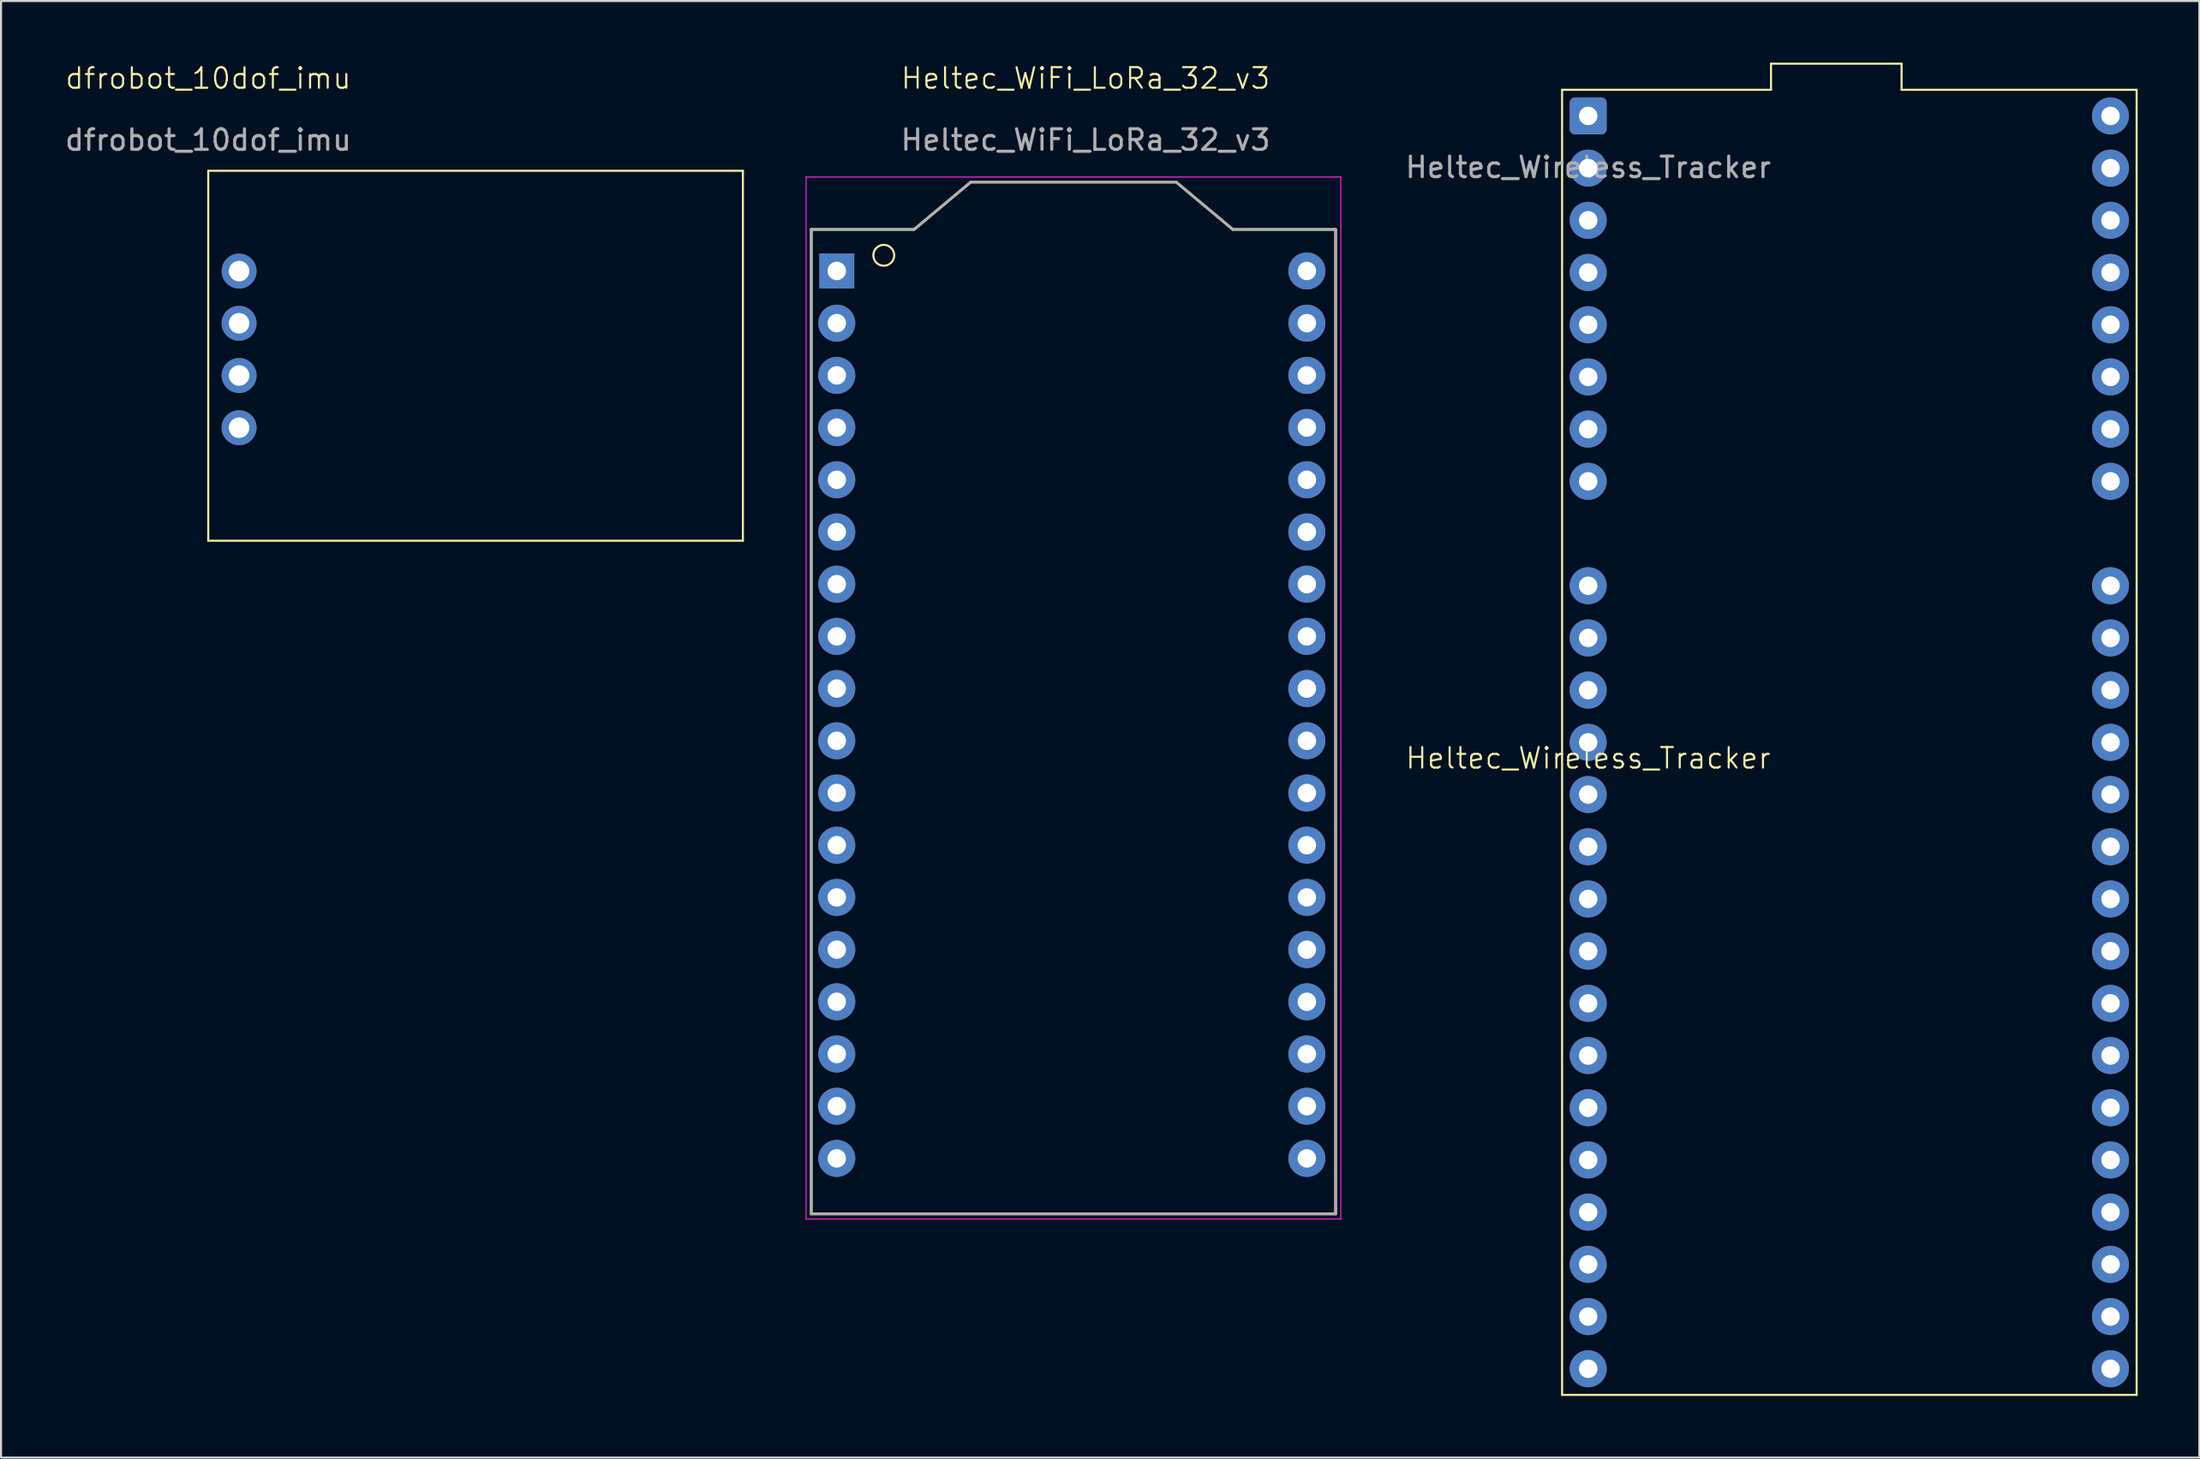
<source format=kicad_pcb>
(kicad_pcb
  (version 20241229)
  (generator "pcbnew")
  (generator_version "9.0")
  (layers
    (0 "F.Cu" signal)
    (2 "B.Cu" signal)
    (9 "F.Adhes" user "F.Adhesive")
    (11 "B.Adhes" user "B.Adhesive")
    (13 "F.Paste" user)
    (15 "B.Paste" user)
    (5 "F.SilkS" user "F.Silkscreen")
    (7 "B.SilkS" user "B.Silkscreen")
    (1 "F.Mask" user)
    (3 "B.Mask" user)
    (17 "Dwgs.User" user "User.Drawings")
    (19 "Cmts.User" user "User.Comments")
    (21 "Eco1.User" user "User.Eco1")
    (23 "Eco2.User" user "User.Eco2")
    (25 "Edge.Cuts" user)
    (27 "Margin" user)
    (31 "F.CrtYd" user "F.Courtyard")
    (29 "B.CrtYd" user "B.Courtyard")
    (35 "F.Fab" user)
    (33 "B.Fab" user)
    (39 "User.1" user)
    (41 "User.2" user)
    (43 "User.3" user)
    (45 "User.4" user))
  (footprint "Heltec_WiFi_LoRa_32_v3"
    (layer "F.Cu")
    (at 49.072 31.724)
    (property "Reference" "Heltec_WiFi_LoRa_32_v3" (at 0.668 -30.964 0) (unlocked yes) (layer "F.SilkS") (effects (font (size 1 1) (thickness 0.1))))
    (attr smd)
    (fp_line (start -12.67 -23.61) (end -12.67 24.29) (stroke (width 0.127) (type solid)) (layer "F.SilkS"))
    (fp_line (start -12.67 24.29) (end 12.83 24.29) (stroke (width 0.127) (type solid)) (layer "F.SilkS"))
    (fp_line (start -7.67 -23.61) (end -12.67 -23.61) (stroke (width 0.127) (type solid)) (layer "F.SilkS"))
    (fp_line (start -7.67 -23.61) (end -4.92 -25.91) (stroke (width 0.127) (type solid)) (layer "F.SilkS"))
    (fp_line (start -4.92 -25.91) (end 5.08 -25.91) (stroke (width 0.127) (type solid)) (layer "F.SilkS"))
    (fp_line (start 5.08 -25.91) (end 7.83 -23.61) (stroke (width 0.127) (type solid)) (layer "F.SilkS"))
    (fp_line (start 12.83 -23.61) (end 7.83 -23.61) (stroke (width 0.127) (type solid)) (layer "F.SilkS"))
    (fp_line (start 12.83 24.29) (end 12.83 -23.61) (stroke (width 0.127) (type solid)) (layer "F.SilkS"))
    (fp_circle (center -9.144 -22.352) (end -9.144 -21.844) (stroke (width 0.1) (type default)) (fill no) (layer "F.SilkS"))
    (fp_line (start -12.92 -26.16) (end 13.08 -26.16) (stroke (width 0.05) (type solid)) (layer "F.CrtYd"))
    (fp_line (start -12.92 24.54) (end -12.92 -26.16) (stroke (width 0.05) (type solid)) (layer "F.CrtYd"))
    (fp_line (start 13.08 -26.16) (end 13.08 24.54) (stroke (width 0.05) (type solid)) (layer "F.CrtYd"))
    (fp_line (start 13.08 24.54) (end -12.92 24.54) (stroke (width 0.05) (type solid)) (layer "F.CrtYd"))
    (fp_line (start -12.67 -23.61) (end -12.67 24.29) (stroke (width 0.127) (type solid)) (layer "F.Fab"))
    (fp_line (start -12.67 24.29) (end 12.83 24.29) (stroke (width 0.127) (type solid)) (layer "F.Fab"))
    (fp_line (start -7.67 -23.61) (end -12.67 -23.61) (stroke (width 0.127) (type solid)) (layer "F.Fab"))
    (fp_line (start -7.67 -23.61) (end -4.92 -25.91) (stroke (width 0.127) (type solid)) (layer "F.Fab"))
    (fp_line (start -4.92 -25.91) (end 5.08 -25.91) (stroke (width 0.127) (type solid)) (layer "F.Fab"))
    (fp_line (start 5.08 -25.91) (end 7.83 -23.61) (stroke (width 0.127) (type solid)) (layer "F.Fab"))
    (fp_line (start 12.83 -23.61) (end 7.83 -23.61) (stroke (width 0.127) (type solid)) (layer "F.Fab"))
    (fp_line (start 12.83 24.29) (end 12.83 -23.61) (stroke (width 0.127) (type solid)) (layer "F.Fab"))
    (fp_text user "${REFERENCE}" (at 0.668 -27.964 0) (unlocked yes) (layer "F.Fab") (effects (font (size 1 1) (thickness 0.15))))
    (pad "1" thru_hole rect (at -11.43 -21.59) (size 1.7 1.7) (drill 0.9) (layers "*.Cu" "*.Mask"))
    (pad "2" thru_hole circle (at -11.43 -19.05) (size 1.8 1.8) (drill 0.9) (layers "*.Cu" "*.Mask"))
    (pad "3" thru_hole circle (at -11.43 -16.51) (size 1.8 1.8) (drill 0.9) (layers "*.Cu" "*.Mask"))
    (pad "4" thru_hole circle (at -11.43 -13.97) (size 1.8 1.8) (drill 0.9) (layers "*.Cu" "*.Mask"))
    (pad "5" thru_hole circle (at -11.43 -11.43) (size 1.8 1.8) (drill 0.9) (layers "*.Cu" "*.Mask"))
    (pad "6" thru_hole circle (at -11.43 -8.89) (size 1.8 1.8) (drill 0.9) (layers "*.Cu" "*.Mask"))
    (pad "7" thru_hole circle (at -11.43 -6.35) (size 1.8 1.8) (drill 0.9) (layers "*.Cu" "*.Mask"))
    (pad "8" thru_hole circle (at -11.43 -3.81) (size 1.8 1.8) (drill 0.9) (layers "*.Cu" "*.Mask"))
    (pad "9" thru_hole circle (at -11.43 -1.27) (size 1.8 1.8) (drill 0.9) (layers "*.Cu" "*.Mask"))
    (pad "10" thru_hole circle (at -11.43 1.27) (size 1.8 1.8) (drill 0.9) (layers "*.Cu" "*.Mask"))
    (pad "11" thru_hole circle (at -11.43 3.81) (size 1.8 1.8) (drill 0.9) (layers "*.Cu" "*.Mask"))
    (pad "12" thru_hole circle (at -11.43 6.35) (size 1.8 1.8) (drill 0.9) (layers "*.Cu" "*.Mask"))
    (pad "13" thru_hole circle (at -11.43 8.89) (size 1.8 1.8) (drill 0.9) (layers "*.Cu" "*.Mask"))
    (pad "14" thru_hole circle (at -11.43 11.43) (size 1.8 1.8) (drill 0.9) (layers "*.Cu" "*.Mask"))
    (pad "15" thru_hole circle (at -11.43 13.97) (size 1.8 1.8) (drill 0.9) (layers "*.Cu" "*.Mask"))
    (pad "16" thru_hole circle (at -11.43 16.51) (size 1.8 1.8) (drill 0.9) (layers "*.Cu" "*.Mask"))
    (pad "17" thru_hole circle (at -11.43 19.05) (size 1.8 1.8) (drill 0.9) (layers "*.Cu" "*.Mask"))
    (pad "18" thru_hole circle (at -11.43 21.59) (size 1.8 1.8) (drill 0.9) (layers "*.Cu" "*.Mask"))
    (pad "19" thru_hole circle (at 11.43 21.59) (size 1.8 1.8) (drill 0.9) (layers "*.Cu" "*.Mask"))
    (pad "20" thru_hole circle (at 11.43 19.05) (size 1.8 1.8) (drill 0.9) (layers "*.Cu" "*.Mask"))
    (pad "21" thru_hole circle (at 11.43 16.51) (size 1.8 1.8) (drill 0.9) (layers "*.Cu" "*.Mask"))
    (pad "22" thru_hole circle (at 11.43 13.97) (size 1.8 1.8) (drill 0.9) (layers "*.Cu" "*.Mask"))
    (pad "23" thru_hole circle (at 11.43 11.43) (size 1.8 1.8) (drill 0.9) (layers "*.Cu" "*.Mask"))
    (pad "24" thru_hole circle (at 11.43 8.89) (size 1.8 1.8) (drill 0.9) (layers "*.Cu" "*.Mask"))
    (pad "25" thru_hole circle (at 11.43 6.35) (size 1.8 1.8) (drill 0.9) (layers "*.Cu" "*.Mask"))
    (pad "26" thru_hole circle (at 11.43 3.81) (size 1.8 1.8) (drill 0.9) (layers "*.Cu" "*.Mask"))
    (pad "27" thru_hole circle (at 11.43 1.27) (size 1.8 1.8) (drill 0.9) (layers "*.Cu" "*.Mask"))
    (pad "28" thru_hole circle (at 11.43 -1.27) (size 1.8 1.8) (drill 0.9) (layers "*.Cu" "*.Mask"))
    (pad "29" thru_hole circle (at 11.43 -3.81) (size 1.8 1.8) (drill 0.9) (layers "*.Cu" "*.Mask"))
    (pad "30" thru_hole circle (at 11.43 -6.35) (size 1.8 1.8) (drill 0.9) (layers "*.Cu" "*.Mask"))
    (pad "31" thru_hole circle (at 11.43 -8.89) (size 1.8 1.8) (drill 0.9) (layers "*.Cu" "*.Mask"))
    (pad "32" thru_hole circle (at 11.43 -11.43) (size 1.8 1.8) (drill 0.9) (layers "*.Cu" "*.Mask"))
    (pad "33" thru_hole circle (at 11.43 -13.97) (size 1.8 1.8) (drill 0.9) (layers "*.Cu" "*.Mask"))
    (pad "34" thru_hole circle (at 11.43 -16.51) (size 1.8 1.8) (drill 0.9) (layers "*.Cu" "*.Mask"))
    (pad "35" thru_hole circle (at 11.43 -19.05) (size 1.8 1.8) (drill 0.9) (layers "*.Cu" "*.Mask"))
    (pad "36" thru_hole circle (at 11.43 -21.59) (size 1.8 1.8) (drill 0.9) (layers "*.Cu" "*.Mask")))
  (footprint "Heltec_Wireless_Tracker"
    (layer "F.Cu")
    (at 72.913 1.32)
    (property "Reference" "Heltec_Wireless_Tracker" (at 1.27 32.52 0) (unlocked yes) (layer "F.SilkS") (effects (font (size 1 1) (thickness 0.1))))
    (attr smd)
    (fp_line (start 0 0) (end 0 63.5) (stroke (width 0.1) (type default)) (layer "F.SilkS"))
    (fp_line (start 0 63.5) (end 27.94 63.5) (stroke (width 0.1) (type default)) (layer "F.SilkS"))
    (fp_line (start 10.16 -1.27) (end 10.16 0) (stroke (width 0.1) (type default)) (layer "F.SilkS"))
    (fp_line (start 10.16 0) (end 0 0) (stroke (width 0.1) (type default)) (layer "F.SilkS"))
    (fp_line (start 16.51 -1.27) (end 10.16 -1.27) (stroke (width 0.1) (type default)) (layer "F.SilkS"))
    (fp_line (start 16.51 0) (end 16.51 -1.27) (stroke (width 0.1) (type default)) (layer "F.SilkS"))
    (fp_line (start 27.94 0) (end 16.51 0) (stroke (width 0.1) (type default)) (layer "F.SilkS"))
    (fp_line (start 27.94 63.5) (end 27.94 0) (stroke (width 0.1) (type default)) (layer "F.SilkS"))
    (fp_text user "${REFERENCE}" (at 1.27 3.77 0) (unlocked yes) (layer "F.Fab") (effects (font (size 1 1) (thickness 0.15))))
    (pad "1" thru_hole roundrect (at 1.27 1.27) (size 1.8 1.8) (drill 0.9) (layers "*.Cu" "*.Mask") (roundrect_rratio 0.139))
    (pad "2" thru_hole circle (at 1.27 3.81) (size 1.8 1.8) (drill 0.9) (layers "*.Cu" "*.Mask"))
    (pad "3" thru_hole circle (at 1.27 6.35) (size 1.8 1.8) (drill 0.9) (layers "*.Cu" "*.Mask"))
    (pad "4" thru_hole circle (at 1.27 8.89) (size 1.8 1.8) (drill 0.9) (layers "*.Cu" "*.Mask"))
    (pad "5" thru_hole circle (at 1.27 11.43) (size 1.8 1.8) (drill 0.9) (layers "*.Cu" "*.Mask"))
    (pad "6" thru_hole circle (at 1.27 13.97) (size 1.8 1.8) (drill 0.9) (layers "*.Cu" "*.Mask"))
    (pad "7" thru_hole circle (at 1.27 16.51) (size 1.8 1.8) (drill 0.9) (layers "*.Cu" "*.Mask"))
    (pad "8" thru_hole circle (at 1.27 19.05) (size 1.8 1.8) (drill 0.9) (layers "*.Cu" "*.Mask"))
    (pad "9" thru_hole circle (at 1.27 24.13) (size 1.8 1.8) (drill 0.9) (layers "*.Cu" "*.Mask"))
    (pad "10" thru_hole circle (at 1.27 26.67) (size 1.8 1.8) (drill 0.9) (layers "*.Cu" "*.Mask"))
    (pad "11" thru_hole circle (at 1.27 29.21) (size 1.8 1.8) (drill 0.9) (layers "*.Cu" "*.Mask"))
    (pad "12" thru_hole circle (at 1.27 31.75) (size 1.8 1.8) (drill 0.9) (layers "*.Cu" "*.Mask"))
    (pad "13" thru_hole circle (at 1.27 34.29) (size 1.8 1.8) (drill 0.9) (layers "*.Cu" "*.Mask"))
    (pad "14" thru_hole circle (at 1.27 36.83) (size 1.8 1.8) (drill 0.9) (layers "*.Cu" "*.Mask"))
    (pad "15" thru_hole circle (at 1.27 39.37) (size 1.8 1.8) (drill 0.9) (layers "*.Cu" "*.Mask"))
    (pad "16" thru_hole circle (at 1.27 41.91) (size 1.8 1.8) (drill 0.9) (layers "*.Cu" "*.Mask"))
    (pad "17" thru_hole circle (at 1.27 44.45) (size 1.8 1.8) (drill 0.9) (layers "*.Cu" "*.Mask"))
    (pad "18" thru_hole circle (at 1.27 46.99) (size 1.8 1.8) (drill 0.9) (layers "*.Cu" "*.Mask"))
    (pad "19" thru_hole circle (at 1.27 49.53) (size 1.8 1.8) (drill 0.9) (layers "*.Cu" "*.Mask"))
    (pad "20" thru_hole circle (at 1.27 52.07) (size 1.8 1.8) (drill 0.9) (layers "*.Cu" "*.Mask"))
    (pad "21" thru_hole circle (at 1.27 54.61) (size 1.8 1.8) (drill 0.9) (layers "*.Cu" "*.Mask"))
    (pad "22" thru_hole circle (at 1.27 57.15) (size 1.8 1.8) (drill 0.9) (layers "*.Cu" "*.Mask"))
    (pad "23" thru_hole circle (at 1.27 59.69) (size 1.8 1.8) (drill 0.9) (layers "*.Cu" "*.Mask"))
    (pad "24" thru_hole circle (at 1.27 62.23) (size 1.8 1.8) (drill 0.9) (layers "*.Cu" "*.Mask"))
    (pad "25" thru_hole circle (at 26.67 62.23) (size 1.8 1.8) (drill 0.9) (layers "*.Cu" "*.Mask"))
    (pad "26" thru_hole circle (at 26.67 59.69) (size 1.8 1.8) (drill 0.9) (layers "*.Cu" "*.Mask"))
    (pad "27" thru_hole circle (at 26.67 57.15) (size 1.8 1.8) (drill 0.9) (layers "*.Cu" "*.Mask"))
    (pad "28" thru_hole circle (at 26.67 54.61) (size 1.8 1.8) (drill 0.9) (layers "*.Cu" "*.Mask"))
    (pad "29" thru_hole circle (at 26.67 52.07) (size 1.8 1.8) (drill 0.9) (layers "*.Cu" "*.Mask"))
    (pad "30" thru_hole circle (at 26.67 49.53) (size 1.8 1.8) (drill 0.9) (layers "*.Cu" "*.Mask"))
    (pad "31" thru_hole circle (at 26.67 46.99) (size 1.8 1.8) (drill 0.9) (layers "*.Cu" "*.Mask"))
    (pad "32" thru_hole circle (at 26.67 44.45) (size 1.8 1.8) (drill 0.9) (layers "*.Cu" "*.Mask"))
    (pad "33" thru_hole circle (at 26.67 41.91) (size 1.8 1.8) (drill 0.9) (layers "*.Cu" "*.Mask"))
    (pad "34" thru_hole circle (at 26.67 39.37) (size 1.8 1.8) (drill 0.9) (layers "*.Cu" "*.Mask"))
    (pad "35" thru_hole circle (at 26.67 36.83) (size 1.8 1.8) (drill 0.9) (layers "*.Cu" "*.Mask"))
    (pad "36" thru_hole circle (at 26.67 34.29) (size 1.8 1.8) (drill 0.9) (layers "*.Cu" "*.Mask"))
    (pad "37" thru_hole circle (at 26.67 31.75) (size 1.8 1.8) (drill 0.9) (layers "*.Cu" "*.Mask"))
    (pad "38" thru_hole circle (at 26.67 29.21) (size 1.8 1.8) (drill 0.9) (layers "*.Cu" "*.Mask"))
    (pad "39" thru_hole circle (at 26.67 26.67) (size 1.8 1.8) (drill 0.9) (layers "*.Cu" "*.Mask"))
    (pad "40" thru_hole circle (at 26.67 24.13) (size 1.8 1.8) (drill 0.9) (layers "*.Cu" "*.Mask"))
    (pad "41" thru_hole circle (at 26.67 19.05) (size 1.8 1.8) (drill 0.9) (layers "*.Cu" "*.Mask"))
    (pad "42" thru_hole circle (at 26.67 16.51) (size 1.8 1.8) (drill 0.9) (layers "*.Cu" "*.Mask"))
    (pad "43" thru_hole circle (at 26.67 13.97) (size 1.8 1.8) (drill 0.9) (layers "*.Cu" "*.Mask"))
    (pad "44" thru_hole circle (at 26.67 11.43) (size 1.8 1.8) (drill 0.9) (layers "*.Cu" "*.Mask"))
    (pad "45" thru_hole circle (at 26.67 8.89) (size 1.8 1.8) (drill 0.9) (layers "*.Cu" "*.Mask"))
    (pad "46" thru_hole circle (at 26.67 6.35) (size 1.8 1.8) (drill 0.9) (layers "*.Cu" "*.Mask"))
    (pad "47" thru_hole circle (at 26.67 3.81) (size 1.8 1.8) (drill 0.9) (layers "*.Cu" "*.Mask"))
    (pad "48" thru_hole circle (at 26.67 1.27) (size 1.8 1.8) (drill 0.9) (layers "*.Cu" "*.Mask")))
  (footprint "dfrobot_10dof_imu"
    (layer "F.Cu")
    (at 7.077 5.261)
    (property "Reference" "dfrobot_10dof_imu" (at 0 -4.5 0) (unlocked yes) (layer "F.SilkS") (effects (font (size 1 1) (thickness 0.1))))
    (attr smd)
    (fp_line (start 0 0) (end 26 0) (stroke (width 0.1) (type solid)) (layer "F.SilkS"))
    (fp_line (start 0 18) (end 0 0) (stroke (width 0.1) (type default)) (layer "F.SilkS"))
    (fp_line (start 26 0) (end 26 18) (stroke (width 0.1) (type solid)) (layer "F.SilkS"))
    (fp_line (start 26 18) (end 0 18) (stroke (width 0.1) (type default)) (layer "F.SilkS"))
    (fp_text user "${REFERENCE}" (at 0 -1.5 0) (unlocked yes) (layer "F.Fab") (effects (font (size 1 1) (thickness 0.15))))
    (pad "1" thru_hole circle (at 1.5 4.88) (size 1.7 1.7) (drill 1) (layers "*.Cu" "*.Mask"))
    (pad "2" thru_hole circle (at 1.5 7.42) (size 1.7 1.7) (drill 1) (layers "*.Cu" "*.Mask"))
    (pad "3" thru_hole circle (at 1.5 9.96) (size 1.7 1.7) (drill 1) (layers "*.Cu" "*.Mask"))
    (pad "4" thru_hole circle (at 1.5 12.5) (size 1.7 1.7) (drill 1) (layers "*.Cu" "*.Mask")))
  (gr_rect
    (start -3 -3)
    (end 103.903 67.87)
    (stroke (width 0.1) (type default))
    (fill no)
    (layer "Edge.Cuts")))
</source>
